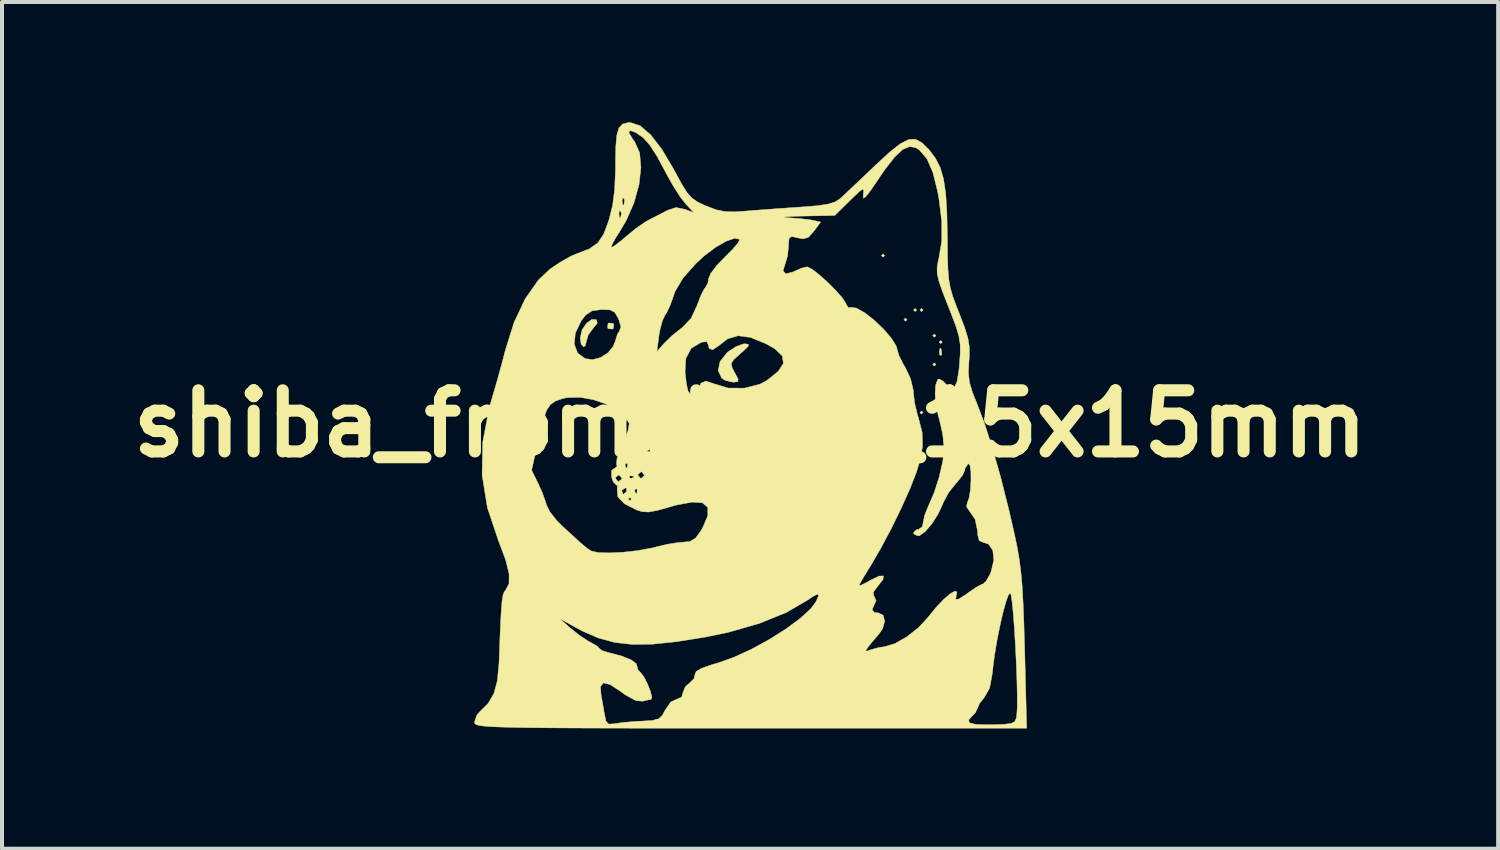
<source format=kicad_pcb>
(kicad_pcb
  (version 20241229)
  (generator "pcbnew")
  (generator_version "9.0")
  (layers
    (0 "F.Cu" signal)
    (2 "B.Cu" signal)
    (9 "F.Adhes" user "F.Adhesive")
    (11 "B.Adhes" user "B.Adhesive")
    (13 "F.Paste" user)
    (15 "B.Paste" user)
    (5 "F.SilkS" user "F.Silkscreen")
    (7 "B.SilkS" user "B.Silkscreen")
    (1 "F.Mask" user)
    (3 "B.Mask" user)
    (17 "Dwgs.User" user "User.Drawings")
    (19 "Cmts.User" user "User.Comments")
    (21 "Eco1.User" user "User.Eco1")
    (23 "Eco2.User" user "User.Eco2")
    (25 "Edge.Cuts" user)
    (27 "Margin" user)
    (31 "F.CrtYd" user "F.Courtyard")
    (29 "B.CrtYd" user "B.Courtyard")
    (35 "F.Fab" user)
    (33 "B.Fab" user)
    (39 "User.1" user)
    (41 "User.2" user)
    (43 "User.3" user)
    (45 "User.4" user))
  (footprint "shiba_from_bmp_15x15mm"
    (layer "F.Cu")
    (at 15.646 7.513)
    (property "Reference" "shiba_from_bmp_15x15mm" (at 0 0 0) (layer "F.SilkS") (effects (font (size 1.524 1.524) (thickness 0.3))))
    (attr through_hole)
    (fp_poly (pts (xy 3.355 -4.193) (xy 3.315 -4.153) (xy 3.275 -4.193) (xy 3.315 -4.233) (xy 3.355 -4.193)) (stroke (width 0.01) (type solid)) (fill yes) (layer "F.SilkS"))
    (fp_poly (pts (xy 3.914 -2.596) (xy 3.874 -2.556) (xy 3.834 -2.596) (xy 3.874 -2.636) (xy 3.914 -2.596)) (stroke (width 0.01) (type solid)) (fill yes) (layer "F.SilkS"))
    (fp_poly (pts (xy 4.153 -2.836) (xy 4.114 -2.796) (xy 4.074 -2.836) (xy 4.114 -2.875) (xy 4.153 -2.836)) (stroke (width 0.01) (type solid)) (fill yes) (layer "F.SilkS"))
    (fp_poly (pts (xy 4.313 -2.836) (xy 4.273 -2.796) (xy 4.233 -2.836) (xy 4.273 -2.875) (xy 4.313 -2.836)) (stroke (width 0.01) (type solid)) (fill yes) (layer "F.SilkS"))
    (fp_poly (pts (xy 4.313 -0.28) (xy 4.273 -0.24) (xy 4.233 -0.28) (xy 4.273 -0.319) (xy 4.313 -0.28)) (stroke (width 0.01) (type solid)) (fill yes) (layer "F.SilkS"))
    (fp_poly (pts (xy 4.633 -2.197) (xy 4.593 -2.157) (xy 4.553 -2.197) (xy 4.593 -2.236) (xy 4.633 -2.197)) (stroke (width 0.01) (type solid)) (fill yes) (layer "F.SilkS"))
    (fp_poly (pts (xy 4.633 -1.478) (xy 4.593 -1.438) (xy 4.553 -1.478) (xy 4.593 -1.518) (xy 4.633 -1.478)) (stroke (width 0.01) (type solid)) (fill yes) (layer "F.SilkS"))
    (fp_poly (pts (xy 4.792 -2.037) (xy 4.753 -1.997) (xy 4.713 -2.037) (xy 4.753 -2.077) (xy 4.792 -2.037)) (stroke (width 0.01) (type solid)) (fill yes) (layer "F.SilkS"))
    (fp_poly (pts (xy 4.767 -1.852) (xy 4.777 -1.727) (xy 4.761 -1.699) (xy 4.725 -1.723) (xy 4.719 -1.804) (xy 4.738 -1.889) (xy 4.767 -1.852)) (stroke (width 0.01) (type solid)) (fill yes) (layer "F.SilkS"))
    (fp_poly (pts (xy -3.417 -2.504) (xy -3.399 -2.483) (xy -3.407 -2.378) (xy -3.428 -2.361) (xy -3.532 -2.368) (xy -3.55 -2.389) (xy -3.542 -2.494) (xy -3.521 -2.512) (xy -3.417 -2.504)) (stroke (width 0.01) (type solid)) (fill yes) (layer "F.SilkS"))
    (fp_poly (pts (xy -3.833 -2.595) (xy -3.807 -2.51) (xy -3.908 -2.385) (xy -4.032 -2.217) (xy -4.074 -2.074) (xy -4.108 -1.946) (xy -4.153 -1.917) (xy -4.211 -1.986) (xy -4.233 -2.144) (xy -4.188 -2.34) (xy -4.077 -2.507) (xy -3.941 -2.603) (xy -3.833 -2.595)) (stroke (width 0.01) (type solid)) (fill yes) (layer "F.SilkS"))
    (fp_poly (pts (xy -0.041 -1.981) (xy -0.047 -1.931) (xy -0.163 -1.817) (xy -0.24 -1.751) (xy -0.407 -1.601) (xy -0.47 -1.499) (xy -0.445 -1.389) (xy -0.383 -1.275) (xy -0.298 -1.116) (xy -0.301 -1.051) (xy -0.402 -1.038) (xy -0.427 -1.038) (xy -0.614 -1.079) (xy -0.703 -1.134) (xy -0.795 -1.325) (xy -0.749 -1.549) (xy -0.574 -1.772) (xy -0.553 -1.79) (xy -0.352 -1.923) (xy -0.165 -1.991) (xy -0.134 -1.994) (xy -0.041 -1.981)) (stroke (width 0.01) (type solid)) (fill yes) (layer "F.SilkS"))
    (fp_poly (pts (xy -2.744 -7.431) (xy -2.48 -7.206) (xy -2.197 -6.84) (xy -1.902 -6.341) (xy -1.895 -6.327) (xy -1.717 -5.998) (xy -1.581 -5.777) (xy -1.457 -5.634) (xy -1.316 -5.533) (xy -1.128 -5.443) (xy -1.1 -5.431) (xy -0.85 -5.336) (xy -0.626 -5.29) (xy -0.363 -5.284) (xy -0.081 -5.304) (xy 0.285 -5.333) (xy 0.731 -5.366) (xy 1.175 -5.397) (xy 1.295 -5.405) (xy 1.682 -5.436) (xy 1.944 -5.475) (xy 2.119 -5.53) (xy 2.243 -5.61) (xy 2.254 -5.62) (xy 2.383 -5.74) (xy 2.597 -5.942) (xy 2.865 -6.196) (xy 3.128 -6.447) (xy 3.478 -6.77) (xy 3.745 -6.98) (xy 3.952 -7.085) (xy 4.124 -7.092) (xy 4.284 -7.006) (xy 4.457 -6.836) (xy 4.461 -6.83) (xy 4.621 -6.62) (xy 4.74 -6.386) (xy 4.823 -6.101) (xy 4.877 -5.738) (xy 4.906 -5.27) (xy 4.918 -4.673) (xy 4.922 -4.208) (xy 4.932 -3.864) (xy 4.954 -3.602) (xy 4.992 -3.384) (xy 5.054 -3.171) (xy 5.145 -2.924) (xy 5.213 -2.754) (xy 5.35 -2.395) (xy 5.431 -2.13) (xy 5.466 -1.909) (xy 5.466 -1.681) (xy 5.456 -1.554) (xy 5.442 -1.274) (xy 5.467 -1.039) (xy 5.543 -0.782) (xy 5.655 -0.505) (xy 5.843 -0.009) (xy 6.044 0.617) (xy 6.25 1.347) (xy 6.453 2.152) (xy 6.587 2.737) (xy 6.656 3.065) (xy 6.709 3.372) (xy 6.75 3.688) (xy 6.782 4.043) (xy 6.806 4.468) (xy 6.826 4.992) (xy 6.845 5.632) (xy 6.895 7.588) (xy 0.013 7.588) (xy -1.194 7.588) (xy -2.25 7.588) (xy -3.167 7.587) (xy -3.954 7.585) (xy -4.621 7.582) (xy -5.177 7.578) (xy -5.634 7.573) (xy -6 7.566) (xy -6.286 7.557) (xy -6.501 7.547) (xy -6.656 7.533) (xy -6.76 7.518) (xy -6.823 7.5) (xy -6.856 7.478) (xy -6.868 7.454) (xy -6.869 7.438) (xy -6.811 7.263) (xy -6.746 7.186) (xy -6.528 6.969) (xy -6.385 6.723) (xy -6.3 6.409) (xy -6.259 5.984) (xy -6.254 5.877) (xy -6.234 5.324) (xy -6.216 4.909) (xy -6.213 4.849) (xy -4.753 4.849) (xy -4.473 5.098) (xy -4.25 5.275) (xy -4.032 5.418) (xy -3.974 5.449) (xy -3.819 5.536) (xy -3.754 5.604) (xy -3.754 5.604) (xy -3.685 5.655) (xy -3.516 5.707) (xy -3.494 5.711) (xy -3.195 5.79) (xy -2.964 5.885) (xy -2.836 5.979) (xy -2.822 6.03) (xy -2.79 6.139) (xy -2.733 6.196) (xy -2.65 6.301) (xy -2.561 6.473) (xy -2.487 6.66) (xy -2.448 6.81) (xy -2.466 6.87) (xy -2.576 6.89) (xy -2.682 6.916) (xy -2.857 6.897) (xy -3.107 6.758) (xy -3.232 6.668) (xy -3.49 6.499) (xy -3.655 6.459) (xy -3.728 6.549) (xy -3.715 6.749) (xy -3.681 6.934) (xy -3.64 7.179) (xy -3.634 7.214) (xy -3.592 7.41) (xy -3.525 7.485) (xy -3.395 7.479) (xy -3.37 7.474) (xy -3.168 7.445) (xy -2.884 7.421) (xy -2.697 7.411) (xy -2.433 7.395) (xy -2.382 7.381) (xy 5.448 7.381) (xy 5.469 7.454) (xy 5.624 7.493) (xy 5.925 7.502) (xy 6.023 7.501) (xy 6.326 7.491) (xy 6.505 7.47) (xy 6.595 7.426) (xy 6.634 7.343) (xy 6.647 7.266) (xy 6.659 7.082) (xy 6.66 6.789) (xy 6.652 6.417) (xy 6.637 5.998) (xy 6.616 5.563) (xy 6.591 5.142) (xy 6.563 4.766) (xy 6.535 4.467) (xy 6.507 4.275) (xy 6.489 4.221) (xy 6.444 4.26) (xy 6.381 4.427) (xy 6.308 4.69) (xy 6.232 5.018) (xy 6.159 5.38) (xy 6.097 5.747) (xy 6.052 6.086) (xy 6.04 6.216) (xy 5.972 6.586) (xy 5.839 6.821) (xy 5.719 6.973) (xy 5.671 7.084) (xy 5.616 7.202) (xy 5.551 7.269) (xy 5.448 7.381) (xy -2.382 7.381) (xy -2.28 7.355) (xy -2.186 7.267) (xy -2.114 7.132) (xy -1.975 6.933) (xy -1.833 6.869) (xy -1.702 6.811) (xy -1.677 6.712) (xy -1.613 6.553) (xy -1.515 6.468) (xy -1.396 6.352) (xy -1.375 6.255) (xy -1.345 6.175) (xy -1.211 6.095) (xy -0.95 6.004) (xy -0.798 5.96) (xy -0.398 5.818) (xy 0.04 5.616) (xy 0.483 5.374) (xy 0.898 5.111) (xy 1.254 4.848) (xy 1.518 4.605) (xy 1.642 4.437) (xy 1.709 4.285) (xy 1.684 4.245) (xy 1.555 4.312) (xy 1.443 4.389) (xy 0.903 4.704) (xy 0.23 4.977) (xy -0.549 5.201) (xy -1.118 5.318) (xy -1.838 5.432) (xy -2.435 5.494) (xy -2.939 5.5) (xy -3.377 5.45) (xy -3.78 5.34) (xy -4.177 5.168) (xy -4.385 5.056) (xy -4.753 4.849) (xy -6.213 4.849) (xy -6.199 4.611) (xy -6.181 4.407) (xy -6.159 4.276) (xy -6.131 4.197) (xy -6.096 4.147) (xy -6.09 4.142) (xy -6.008 3.982) (xy -6.007 3.74) (xy -6.091 3.397) (xy -6.262 2.939) (xy -6.265 2.934) (xy -6.547 2.093) (xy -6.679 1.278) (xy -6.677 1.158) (xy -5.445 1.158) (xy -5.286 1.478) (xy -5.174 1.73) (xy -5.091 1.964) (xy -5.078 2.014) (xy -4.993 2.19) (xy -4.825 2.405) (xy -4.698 2.534) (xy -4.485 2.728) (xy -4.303 2.896) (xy -4.228 2.966) (xy -4.061 3.104) (xy -3.962 3.17) (xy -3.794 3.209) (xy -3.514 3.218) (xy -3.169 3.202) (xy -2.803 3.161) (xy -2.463 3.099) (xy -2.344 3.07) (xy -2.061 3.003) (xy -1.803 2.961) (xy -1.705 2.954) (xy -1.5 2.934) (xy -1.358 2.85) (xy -1.225 2.666) (xy -1.178 2.584) (xy -1.052 2.286) (xy -1.055 2.082) (xy -1.187 1.971) (xy -1.449 1.953) (xy -1.841 2.027) (xy -2.006 2.074) (xy -2.32 2.162) (xy -2.533 2.2) (xy -2.695 2.19) (xy -2.826 2.149) (xy -3.134 1.991) (xy -3.243 1.877) (xy -3.035 1.877) (xy -2.995 1.917) (xy -2.955 1.877) (xy -2.995 1.837) (xy -3.035 1.877) (xy -3.243 1.877) (xy -3.296 1.821) (xy -3.309 1.677) (xy -3.195 1.677) (xy -3.168 1.755) (xy -3.16 1.757) (xy -3.092 1.701) (xy -3.075 1.677) (xy -2.875 1.677) (xy -2.846 1.743) (xy -2.822 1.731) (xy -2.813 1.636) (xy -2.822 1.624) (xy -2.87 1.635) (xy -2.875 1.677) (xy -3.075 1.677) (xy -3.081 1.604) (xy -3.11 1.597) (xy -3.192 1.655) (xy -3.195 1.677) (xy -3.309 1.677) (xy -3.311 1.664) (xy -3.305 1.545) (xy -3.34 1.518) (xy -3.41 1.449) (xy -3.441 1.358) (xy -3.355 1.358) (xy -3.294 1.435) (xy -3.275 1.438) (xy -3.197 1.377) (xy -3.195 1.358) (xy -3.237 1.305) (xy -3.009 1.305) (xy -2.998 1.352) (xy -2.955 1.358) (xy -2.89 1.329) (xy -2.902 1.305) (xy -2.997 1.295) (xy -3.009 1.305) (xy -3.237 1.305) (xy -3.256 1.28) (xy -3.275 1.278) (xy -2.796 1.278) (xy -2.735 1.356) (xy -2.716 1.358) (xy -2.638 1.297) (xy -2.636 1.278) (xy -2.697 1.2) (xy -2.716 1.198) (xy -2.793 1.259) (xy -2.796 1.278) (xy -3.275 1.278) (xy -3.352 1.339) (xy -3.355 1.358) (xy -3.441 1.358) (xy -3.454 1.318) (xy -3.451 1.156) (xy -3.386 1.118) (xy -3.317 1.063) (xy -3.321 1.038) (xy -3.115 1.038) (xy -3.086 1.104) (xy -3.062 1.092) (xy -3.052 0.997) (xy -3.062 0.985) (xy -3.109 0.996) (xy -3.115 1.038) (xy -3.321 1.038) (xy -3.33 0.989) (xy -3.317 0.879) (xy -2.875 0.879) (xy -2.846 0.944) (xy -2.822 0.932) (xy -2.813 0.837) (xy -2.822 0.825) (xy -2.87 0.836) (xy -2.875 0.879) (xy -3.317 0.879) (xy -3.313 0.843) (xy -3.247 0.785) (xy -3.196 0.719) (xy -2.596 0.719) (xy -2.59 0.792) (xy -2.561 0.799) (xy -2.479 0.741) (xy -2.476 0.719) (xy -2.503 0.641) (xy -2.511 0.639) (xy -2.58 0.695) (xy -2.596 0.719) (xy -3.196 0.719) (xy -3.148 0.656) (xy -3.114 0.495) (xy -3.087 0.289) (xy -3.04 0.164) (xy -3.012 -0.005) (xy -3.114 -0.18) (xy -3.316 -0.347) (xy -3.59 -0.492) (xy -3.907 -0.601) (xy -4.237 -0.659) (xy -4.552 -0.654) (xy -4.672 -0.629) (xy -4.848 -0.568) (xy -4.976 -0.48) (xy -5.072 -0.335) (xy -5.156 -0.104) (xy -5.243 0.245) (xy -5.28 0.409) (xy -5.445 1.158) (xy -6.677 1.158) (xy -6.664 0.459) (xy -6.502 -0.392) (xy -6.435 -0.628) (xy -6.317 -1.031) (xy -6.247 -1.283) (xy -1.62 -1.283) (xy -1.585 -0.986) (xy -1.545 -0.814) (xy -1.486 -0.737) (xy -1.4 -0.719) (xy -1.292 -0.772) (xy -1.277 -0.819) (xy -1.231 -1.009) (xy -1.1 -1.064) (xy -0.912 -1.001) (xy -0.549 -0.891) (xy -0.14 -0.888) (xy 0.248 -0.988) (xy 0.419 -1.08) (xy 0.702 -1.307) (xy 0.831 -1.507) (xy 0.804 -1.69) (xy 0.622 -1.866) (xy 0.405 -1.991) (xy 0.015 -2.152) (xy -0.297 -2.194) (xy -0.561 -2.117) (xy -0.783 -1.944) (xy -0.929 -1.846) (xy -1.02 -1.877) (xy -1.038 -1.962) (xy -1.079 -2.048) (xy -1.214 -2.032) (xy -1.468 -1.88) (xy -1.603 -1.624) (xy -1.62 -1.283) (xy -6.247 -1.283) (xy -6.193 -1.478) (xy -6.099 -1.836) (xy -6.053 -1.984) (xy -4.382 -1.984) (xy -4.298 -1.763) (xy -4.113 -1.627) (xy -3.933 -1.597) (xy -3.725 -1.652) (xy -3.54 -1.771) (xy -3.518 -1.797) (xy -2.325 -1.797) (xy -2.141 -2.006) (xy -1.941 -2.2) (xy -1.712 -2.381) (xy -1.703 -2.387) (xy -1.47 -2.628) (xy -1.318 -2.956) (xy -1.23 -3.189) (xy -1.148 -3.354) (xy -1.112 -3.398) (xy -1.051 -3.507) (xy -1.038 -3.608) (xy -0.981 -3.748) (xy -0.931 -3.813) (xy 0.822 -3.813) (xy 0.888 -3.74) (xy 1.058 -3.779) (xy 1.1 -3.799) (xy 1.289 -3.881) (xy 1.423 -3.913) (xy 1.538 -3.859) (xy 1.72 -3.719) (xy 1.933 -3.528) (xy 2.14 -3.321) (xy 2.304 -3.133) (xy 2.391 -2.999) (xy 2.396 -2.975) (xy 2.45 -2.895) (xy 2.51 -2.902) (xy 2.655 -2.883) (xy 2.862 -2.765) (xy 3.097 -2.58) (xy 3.329 -2.359) (xy 3.523 -2.132) (xy 3.647 -1.93) (xy 3.675 -1.822) (xy 3.714 -1.695) (xy 3.814 -1.495) (xy 3.872 -1.398) (xy 4.002 -1.119) (xy 4.068 -0.839) (xy 4.071 -0.789) (xy 4.101 -0.523) (xy 4.172 -0.226) (xy 4.193 -0.16) (xy 4.29 0.213) (xy 4.298 0.575) (xy 4.216 0.982) (xy 4.142 1.218) (xy 3.988 1.613) (xy 3.773 2.093) (xy 3.523 2.605) (xy 3.261 3.099) (xy 3.014 3.524) (xy 2.982 3.576) (xy 2.843 3.801) (xy 2.747 3.967) (xy 2.716 4.033) (xy 2.776 4.019) (xy 2.928 3.942) (xy 2.999 3.901) (xy 3.216 3.796) (xy 3.324 3.792) (xy 3.314 3.881) (xy 3.191 4.038) (xy 3.071 4.199) (xy 3.082 4.291) (xy 3.093 4.3) (xy 3.142 4.404) (xy 3.112 4.475) (xy 3.042 4.632) (xy 3.098 4.703) (xy 3.195 4.713) (xy 3.319 4.772) (xy 3.355 4.92) (xy 3.303 5.109) (xy 3.215 5.238) (xy 3.054 5.425) (xy 2.955 5.547) (xy 2.88 5.656) (xy 2.917 5.666) (xy 2.995 5.636) (xy 3.206 5.577) (xy 3.355 5.555) (xy 3.612 5.479) (xy 3.912 5.307) (xy 4.206 5.074) (xy 4.443 4.815) (xy 4.637 4.575) (xy 4.826 4.376) (xy 4.991 4.235) (xy 5.109 4.169) (xy 5.158 4.194) (xy 5.141 4.273) (xy 5.125 4.375) (xy 5.202 4.369) (xy 5.381 4.255) (xy 5.464 4.193) (xy 5.647 4.068) (xy 5.783 3.998) (xy 5.806 3.994) (xy 5.882 3.926) (xy 5.977 3.757) (xy 6.011 3.675) (xy 6.076 3.395) (xy 6.05 3.157) (xy 5.944 2.999) (xy 5.811 2.956) (xy 5.712 2.914) (xy 5.674 2.765) (xy 5.671 2.676) (xy 5.609 2.382) (xy 5.506 2.231) (xy 5.396 2.068) (xy 5.414 1.972) (xy 5.46 1.847) (xy 5.492 1.645) (xy 5.506 1.412) (xy 5.504 1.195) (xy 5.482 1.039) (xy 5.441 0.993) (xy 5.438 0.995) (xy 5.357 1.115) (xy 5.352 1.157) (xy 5.299 1.279) (xy 5.168 1.448) (xy 5.126 1.491) (xy 4.948 1.717) (xy 4.815 1.966) (xy 4.807 1.99) (xy 4.69 2.245) (xy 4.533 2.491) (xy 4.367 2.686) (xy 4.224 2.789) (xy 4.189 2.796) (xy 4.086 2.751) (xy 4.074 2.716) (xy 4.138 2.645) (xy 4.193 2.636) (xy 4.291 2.569) (xy 4.313 2.472) (xy 4.349 2.286) (xy 4.436 2.07) (xy 4.586 1.724) (xy 4.713 1.329) (xy 4.803 0.939) (xy 4.841 0.612) (xy 4.838 0.506) (xy 4.794 0.225) (xy 4.721 -0.096) (xy 4.69 -0.208) (xy 4.633 -0.476) (xy 4.612 -0.744) (xy 4.627 -0.967) (xy 4.675 -1.099) (xy 4.712 -1.118) (xy 4.808 -1.064) (xy 4.872 -0.998) (xy 4.999 -0.885) (xy 5.092 -0.902) (xy 5.16 -1.056) (xy 5.208 -1.357) (xy 5.22 -1.487) (xy 5.239 -1.763) (xy 5.237 -1.979) (xy 5.205 -2.184) (xy 5.134 -2.421) (xy 5.015 -2.739) (xy 4.942 -2.923) (xy 4.798 -3.29) (xy 4.709 -3.548) (xy 4.665 -3.735) (xy 4.661 -3.887) (xy 4.687 -4.044) (xy 4.703 -4.107) (xy 4.777 -4.55) (xy 4.779 -5.035) (xy 4.709 -5.604) (xy 4.677 -5.78) (xy 4.558 -6.263) (xy 4.408 -6.606) (xy 4.22 -6.824) (xy 4.137 -6.878) (xy 3.98 -6.911) (xy 3.808 -6.839) (xy 3.605 -6.651) (xy 3.359 -6.334) (xy 3.193 -6.091) (xy 3.001 -5.809) (xy 2.881 -5.656) (xy 2.824 -5.621) (xy 2.82 -5.696) (xy 2.82 -5.698) (xy 2.834 -5.814) (xy 2.811 -5.849) (xy 2.729 -5.794) (xy 2.565 -5.638) (xy 2.484 -5.559) (xy 2.111 -5.192) (xy 1.315 -5.177) (xy 1.033 -5.169) (xy 0.875 -5.158) (xy 0.854 -5.147) (xy 0.958 -5.136) (xy 1.242 -5.114) (xy 1.484 -5.086) (xy 1.579 -5.069) (xy 1.759 -5.028) (xy 1.59 -4.799) (xy 1.454 -4.647) (xy 1.324 -4.608) (xy 1.189 -4.635) (xy 1.035 -4.669) (xy 0.972 -4.622) (xy 0.959 -4.457) (xy 0.958 -4.422) (xy 0.935 -4.183) (xy 0.877 -3.991) (xy 0.875 -3.987) (xy 0.822 -3.813) (xy -0.931 -3.813) (xy -0.826 -3.951) (xy -0.624 -4.16) (xy -0.428 -4.357) (xy -0.297 -4.512) (xy -0.257 -4.596) (xy -0.259 -4.599) (xy -0.388 -4.623) (xy -0.598 -4.55) (xy -0.86 -4.399) (xy -1.142 -4.186) (xy -1.347 -3.998) (xy -1.671 -3.632) (xy -1.865 -3.308) (xy -1.908 -3.187) (xy -1.994 -2.946) (xy -2.085 -2.758) (xy -2.115 -2.716) (xy -2.185 -2.569) (xy -2.248 -2.332) (xy -2.271 -2.197) (xy -2.325 -1.797) (xy -3.518 -1.797) (xy -3.409 -1.933) (xy -3.355 -2.075) (xy -3.303 -2.244) (xy -3.265 -2.294) (xy -3.219 -2.41) (xy -3.272 -2.6) (xy -3.281 -2.621) (xy -3.37 -2.776) (xy -3.493 -2.84) (xy -3.707 -2.847) (xy -3.94 -2.815) (xy -4.099 -2.71) (xy -4.21 -2.564) (xy -4.355 -2.261) (xy -4.382 -1.984) (xy -6.053 -1.984) (xy -5.883 -2.526) (xy -5.605 -3.115) (xy -5.277 -3.583) (xy -4.992 -3.852) (xy -4.727 -4.031) (xy -4.464 -4.179) (xy -4.313 -4.242) (xy -4.001 -4.362) (xy -3.955 -4.395) (xy -3.455 -4.395) (xy -3.366 -4.445) (xy -3.203 -4.572) (xy -3.075 -4.682) (xy -2.841 -4.873) (xy -2.609 -5.033) (xy -2.516 -5.085) (xy -2.271 -5.209) (xy -2.064 -5.318) (xy -1.847 -5.391) (xy -1.625 -5.347) (xy -1.398 -5.261) (xy -1.609 -5.486) (xy -1.75 -5.669) (xy -1.923 -5.941) (xy -2.093 -6.246) (xy -2.105 -6.27) (xy -2.32 -6.669) (xy -2.5 -6.948) (xy -2.667 -7.134) (xy -2.843 -7.255) (xy -2.856 -7.262) (xy -2.997 -7.311) (xy -3.02 -7.255) (xy -2.925 -7.094) (xy -2.875 -7.029) (xy -2.753 -6.755) (xy -2.72 -6.386) (xy -2.769 -5.957) (xy -2.895 -5.502) (xy -3.093 -5.054) (xy -3.231 -4.822) (xy -3.367 -4.605) (xy -3.448 -4.451) (xy -3.455 -4.395) (xy -3.955 -4.395) (xy -3.793 -4.51) (xy -3.647 -4.73) (xy -3.523 -5.063) (xy -3.518 -5.08) (xy -3.478 -5.238) (xy -3.269 -5.238) (xy -3.254 -5.135) (xy -3.227 -5.134) (xy -3.208 -5.24) (xy -3.22 -5.287) (xy -3.256 -5.317) (xy -3.269 -5.238) (xy -3.478 -5.238) (xy -3.427 -5.441) (xy -3.412 -5.558) (xy -3.189 -5.558) (xy -3.174 -5.454) (xy -3.147 -5.453) (xy -3.128 -5.56) (xy -3.14 -5.606) (xy -3.176 -5.636) (xy -3.189 -5.558) (xy -3.412 -5.558) (xy -3.376 -5.835) (xy -3.355 -6.319) (xy -3.355 -6.462) (xy -3.348 -6.893) (xy -3.322 -7.188) (xy -3.269 -7.373) (xy -3.179 -7.471) (xy -3.045 -7.506) (xy -2.982 -7.508) (xy -2.744 -7.431)) (stroke (width 0.01) (type solid)) (fill yes) (layer "F.SilkS")))
  (gr_rect
    (start -3 -3)
    (end 34.293 18.106)
    (stroke (width 0.1) (type default))
    (fill no)
    (layer "Edge.Cuts")))
</source>
